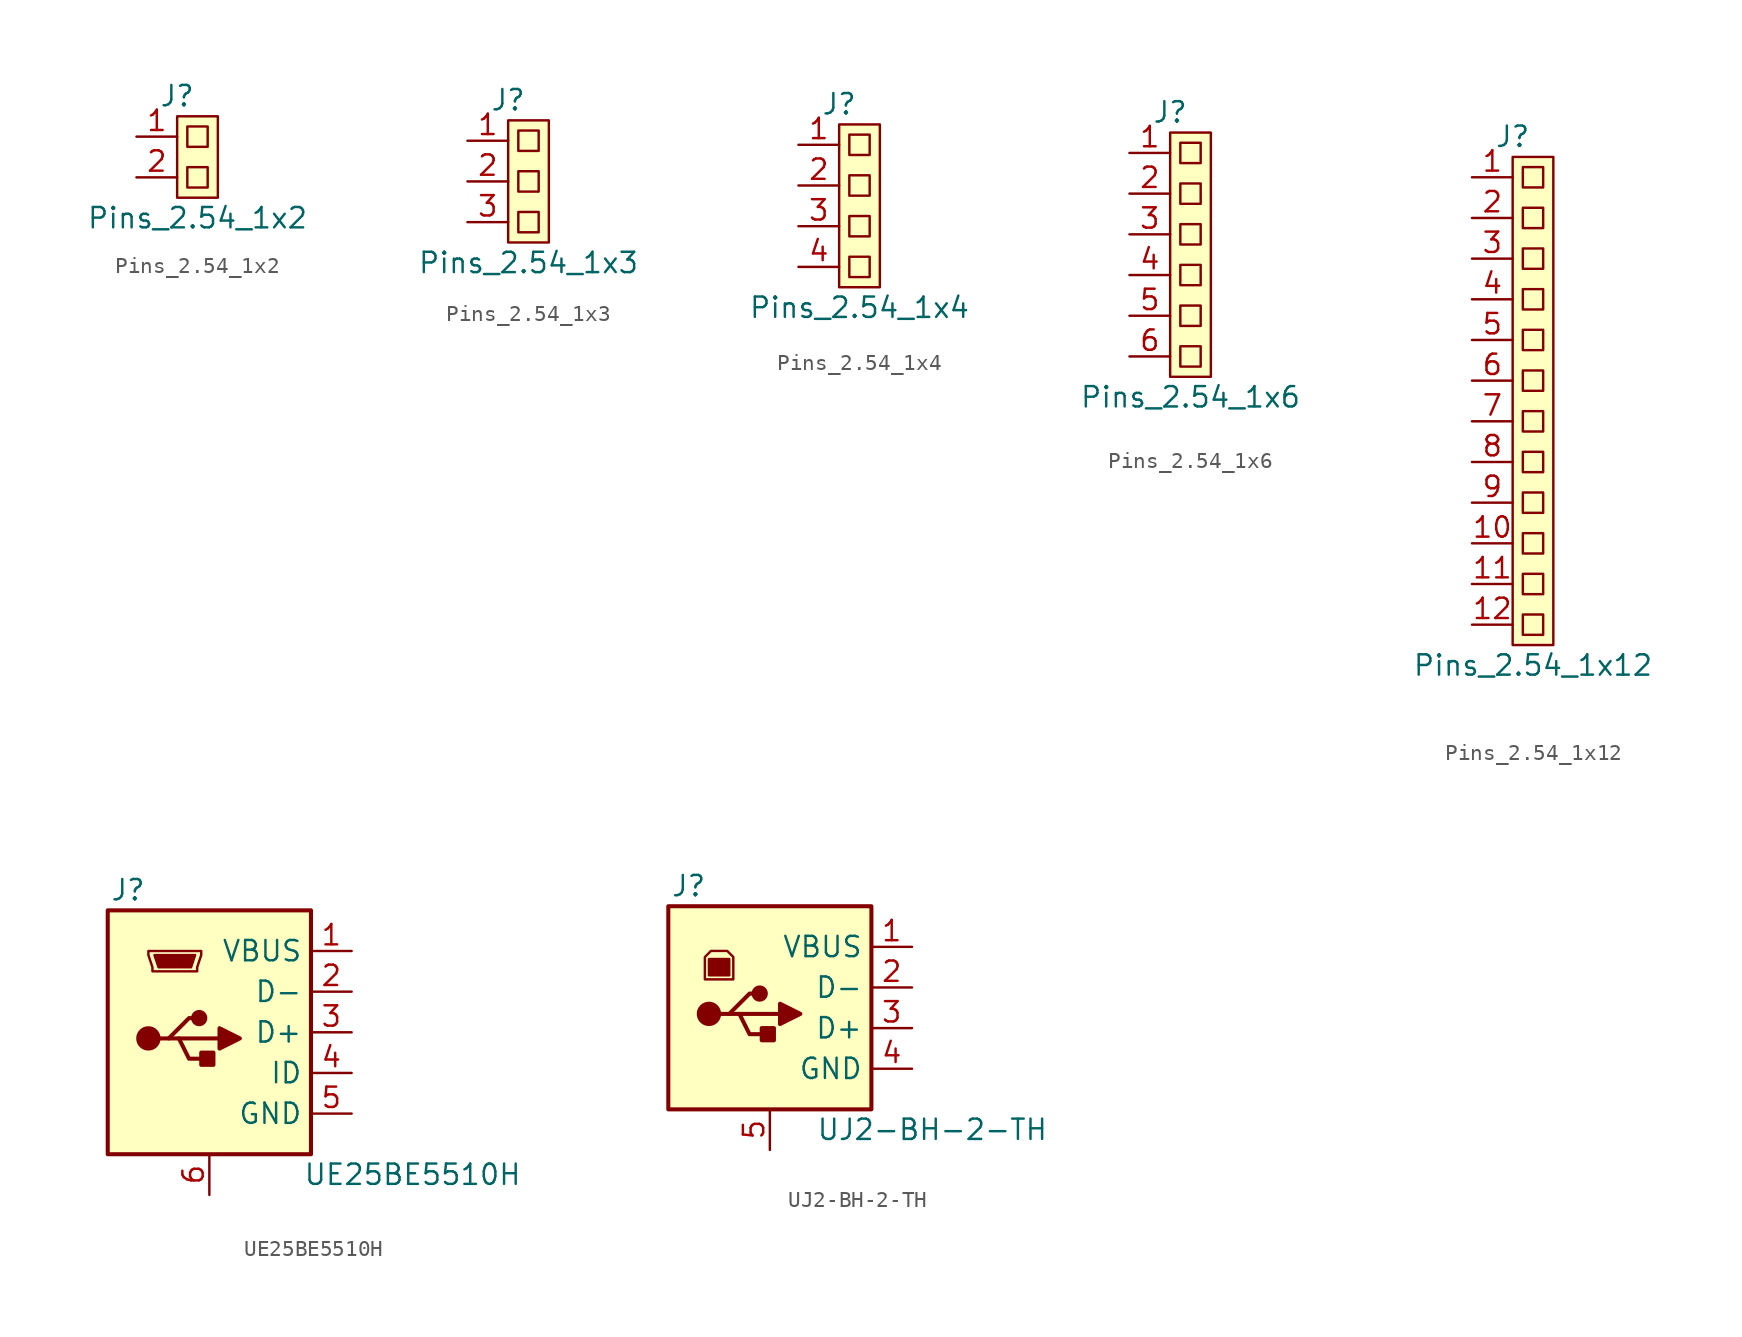
<source format=kicad_sym>
(kicad_symbol_lib
  (version 20211014)
  (generator kicad_symbol_editor)
  (symbol "Pins_2.54_1x2"
    (pin_names hide)
    (property "Reference" "J"
      (at -1.27 6.35 0)
      (effects (font (size 1.27 1.27))))
    (property "Value" "Pins_2.54_1x2"
      (at 0 -1.27 0)
      (effects (font (size 1.27 1.27))))
    (symbol "Pins_2.54_1x2_0_1"
      (rectangle (start -1.27 5.08) (end 1.27 0) (stroke (width 0.152) (type default) (color 0 0 0 0)) (fill (type background)))
      (rectangle (start -0.635 1.905) (end 0.635 0.635) (stroke (width 0.152) (type default) (color 0 0 0 0)) (fill (type none)))
      (rectangle (start -0.635 4.445) (end 0.635 3.175) (stroke (width 0.152) (type default) (color 0 0 0 0)) (fill (type none))))
    (symbol "Pins_2.54_1x2_1_1"
      (pin passive line (at -3.81 3.81 0) (length 2.54) (name "1" (effects (font (size 1.27 1.27)))) (number "1" (effects (font (size 1.27 1.27)))))
      (pin passive line (at -3.81 1.27 0) (length 2.54) (name "2" (effects (font (size 1.27 1.27)))) (number "2" (effects (font (size 1.27 1.27)))))))
  (symbol "Pins_2.54_1x3"
    (pin_names hide)
    (property "Reference" "J"
      (at -1.27 8.89 0)
      (effects (font (size 1.27 1.27))))
    (property "Value" "Pins_2.54_1x3"
      (at 0 -1.27 0)
      (effects (font (size 1.27 1.27))))
    (symbol "Pins_2.54_1x3_0_1"
      (rectangle (start -1.27 7.62) (end 1.27 0) (stroke (width 0.152) (type default) (color 0 0 0 0)) (fill (type background)))
      (rectangle (start -0.635 1.905) (end 0.635 0.635) (stroke (width 0.152) (type default) (color 0 0 0 0)) (fill (type none)))
      (rectangle (start -0.635 4.445) (end 0.635 3.175) (stroke (width 0.152) (type default) (color 0 0 0 0)) (fill (type none)))
      (rectangle (start -0.635 6.985) (end 0.635 5.715) (stroke (width 0.152) (type default) (color 0 0 0 0)) (fill (type none))))
    (symbol "Pins_2.54_1x3_1_1"
      (pin passive line (at -3.81 6.35 0) (length 2.54) (name "1" (effects (font (size 1.27 1.27)))) (number "1" (effects (font (size 1.27 1.27)))))
      (pin passive line (at -3.81 3.81 0) (length 2.54) (name "2" (effects (font (size 1.27 1.27)))) (number "2" (effects (font (size 1.27 1.27)))))
      (pin passive line (at -3.81 1.27 0) (length 2.54) (name "3" (effects (font (size 1.27 1.27)))) (number "3" (effects (font (size 1.27 1.27)))))))
  (symbol "Pins_2.54_1x4"
    (pin_names hide)
    (property "Reference" "J"
      (at -1.27 11.43 0)
      (effects (font (size 1.27 1.27))))
    (property "Value" "Pins_2.54_1x4"
      (at 0 -1.27 0)
      (effects (font (size 1.27 1.27))))
    (symbol "Pins_2.54_1x4_0_1"
      (rectangle (start -1.27 10.16) (end 1.27 0) (stroke (width 0.152) (type default) (color 0 0 0 0)) (fill (type background)))
      (rectangle (start -0.635 1.905) (end 0.635 0.635) (stroke (width 0.152) (type default) (color 0 0 0 0)) (fill (type none)))
      (rectangle (start -0.635 4.445) (end 0.635 3.175) (stroke (width 0.152) (type default) (color 0 0 0 0)) (fill (type none)))
      (rectangle (start -0.635 6.985) (end 0.635 5.715) (stroke (width 0.152) (type default) (color 0 0 0 0)) (fill (type none)))
      (rectangle (start -0.635 9.525) (end 0.635 8.255) (stroke (width 0.152) (type default) (color 0 0 0 0)) (fill (type none))))
    (symbol "Pins_2.54_1x4_1_1"
      (pin passive line (at -3.81 8.89 0) (length 2.54) (name "1" (effects (font (size 1.27 1.27)))) (number "1" (effects (font (size 1.27 1.27)))))
      (pin passive line (at -3.81 6.35 0) (length 2.54) (name "2" (effects (font (size 1.27 1.27)))) (number "2" (effects (font (size 1.27 1.27)))))
      (pin passive line (at -3.81 3.81 0) (length 2.54) (name "3" (effects (font (size 1.27 1.27)))) (number "3" (effects (font (size 1.27 1.27)))))
      (pin passive line (at -3.81 1.27 0) (length 2.54) (name "4" (effects (font (size 1.27 1.27)))) (number "4" (effects (font (size 1.27 1.27)))))))
  (symbol "Pins_2.54_1x6"
    (pin_names hide)
    (property "Reference" "J"
      (at -1.27 16.51 0)
      (effects (font (size 1.27 1.27))))
    (property "Value" "Pins_2.54_1x6"
      (at 0 -1.27 0)
      (effects (font (size 1.27 1.27))))
    (symbol "Pins_2.54_1x6_0_1"
      (rectangle (start -1.27 15.24) (end 1.27 0) (stroke (width 0.152) (type default) (color 0 0 0 0)) (fill (type background)))
      (rectangle (start -0.635 1.905) (end 0.635 0.635) (stroke (width 0.152) (type default) (color 0 0 0 0)) (fill (type none)))
      (rectangle (start -0.635 4.445) (end 0.635 3.175) (stroke (width 0.152) (type default) (color 0 0 0 0)) (fill (type none)))
      (rectangle (start -0.635 6.985) (end 0.635 5.715) (stroke (width 0.152) (type default) (color 0 0 0 0)) (fill (type none)))
      (rectangle (start -0.635 9.525) (end 0.635 8.255) (stroke (width 0.152) (type default) (color 0 0 0 0)) (fill (type none)))
      (rectangle (start -0.635 12.065) (end 0.635 10.795) (stroke (width 0.152) (type default) (color 0 0 0 0)) (fill (type none)))
      (rectangle (start -0.635 14.605) (end 0.635 13.335) (stroke (width 0.152) (type default) (color 0 0 0 0)) (fill (type none))))
    (symbol "Pins_2.54_1x6_1_1"
      (pin passive line (at -3.81 13.97 0) (length 2.54) (name "1" (effects (font (size 1.27 1.27)))) (number "1" (effects (font (size 1.27 1.27)))))
      (pin passive line (at -3.81 11.43 0) (length 2.54) (name "2" (effects (font (size 1.27 1.27)))) (number "2" (effects (font (size 1.27 1.27)))))
      (pin passive line (at -3.81 8.89 0) (length 2.54) (name "3" (effects (font (size 1.27 1.27)))) (number "3" (effects (font (size 1.27 1.27)))))
      (pin passive line (at -3.81 6.35 0) (length 2.54) (name "4" (effects (font (size 1.27 1.27)))) (number "4" (effects (font (size 1.27 1.27)))))
      (pin passive line (at -3.81 3.81 0) (length 2.54) (name "5" (effects (font (size 1.27 1.27)))) (number "5" (effects (font (size 1.27 1.27)))))
      (pin passive line (at -3.81 1.27 0) (length 2.54) (name "6" (effects (font (size 1.27 1.27)))) (number "6" (effects (font (size 1.27 1.27)))))))
  (symbol "Pins_2.54_1x12"
    (pin_names hide)
    (property "Reference" "J"
      (at -1.27 31.75 0)
      (effects (font (size 1.27 1.27))))
    (property "Value" "Pins_2.54_1x12"
      (at 0 -1.27 0)
      (effects (font (size 1.27 1.27))))
    (symbol "Pins_2.54_1x12_0_1"
      (rectangle (start -1.27 30.48) (end 1.27 0) (stroke (width 0.152) (type default) (color 0 0 0 0)) (fill (type background)))
      (rectangle (start -0.635 1.905) (end 0.635 0.635) (stroke (width 0.152) (type default) (color 0 0 0 0)) (fill (type none)))
      (rectangle (start -0.635 4.445) (end 0.635 3.175) (stroke (width 0.152) (type default) (color 0 0 0 0)) (fill (type none)))
      (rectangle (start -0.635 6.985) (end 0.635 5.715) (stroke (width 0.152) (type default) (color 0 0 0 0)) (fill (type none)))
      (rectangle (start -0.635 9.525) (end 0.635 8.255) (stroke (width 0.152) (type default) (color 0 0 0 0)) (fill (type none)))
      (rectangle (start -0.635 12.065) (end 0.635 10.795) (stroke (width 0.152) (type default) (color 0 0 0 0)) (fill (type none)))
      (rectangle (start -0.635 14.605) (end 0.635 13.335) (stroke (width 0.152) (type default) (color 0 0 0 0)) (fill (type none)))
      (rectangle (start -0.635 17.145) (end 0.635 15.875) (stroke (width 0.152) (type default) (color 0 0 0 0)) (fill (type none)))
      (rectangle (start -0.635 19.685) (end 0.635 18.415) (stroke (width 0.152) (type default) (color 0 0 0 0)) (fill (type none)))
      (rectangle (start -0.635 22.225) (end 0.635 20.955) (stroke (width 0.152) (type default) (color 0 0 0 0)) (fill (type none)))
      (rectangle (start -0.635 24.765) (end 0.635 23.495) (stroke (width 0.152) (type default) (color 0 0 0 0)) (fill (type none)))
      (rectangle (start -0.635 27.305) (end 0.635 26.035) (stroke (width 0.152) (type default) (color 0 0 0 0)) (fill (type none)))
      (rectangle (start -0.635 29.845) (end 0.635 28.575) (stroke (width 0.152) (type default) (color 0 0 0 0)) (fill (type none))))
    (symbol "Pins_2.54_1x12_1_1"
      (pin passive line (at -3.81 29.21 0) (length 2.54) (name "1" (effects (font (size 1.27 1.27)))) (number "1" (effects (font (size 1.27 1.27)))))
      (pin passive line (at -3.81 6.35 0) (length 2.54) (name "10" (effects (font (size 1.27 1.27)))) (number "10" (effects (font (size 1.27 1.27)))))
      (pin passive line (at -3.81 3.81 0) (length 2.54) (name "11" (effects (font (size 1.27 1.27)))) (number "11" (effects (font (size 1.27 1.27)))))
      (pin passive line (at -3.81 1.27 0) (length 2.54) (name "12" (effects (font (size 1.27 1.27)))) (number "12" (effects (font (size 1.27 1.27)))))
      (pin passive line (at -3.81 26.67 0) (length 2.54) (name "2" (effects (font (size 1.27 1.27)))) (number "2" (effects (font (size 1.27 1.27)))))
      (pin passive line (at -3.81 24.13 0) (length 2.54) (name "3" (effects (font (size 1.27 1.27)))) (number "3" (effects (font (size 1.27 1.27)))))
      (pin passive line (at -3.81 21.59 0) (length 2.54) (name "4" (effects (font (size 1.27 1.27)))) (number "4" (effects (font (size 1.27 1.27)))))
      (pin passive line (at -3.81 19.05 0) (length 2.54) (name "5" (effects (font (size 1.27 1.27)))) (number "5" (effects (font (size 1.27 1.27)))))
      (pin passive line (at -3.81 16.51 0) (length 2.54) (name "6" (effects (font (size 1.27 1.27)))) (number "6" (effects (font (size 1.27 1.27)))))
      (pin passive line (at -3.81 13.97 0) (length 2.54) (name "7" (effects (font (size 1.27 1.27)))) (number "7" (effects (font (size 1.27 1.27)))))
      (pin passive line (at -3.81 11.43 0) (length 2.54) (name "8" (effects (font (size 1.27 1.27)))) (number "8" (effects (font (size 1.27 1.27)))))
      (pin passive line (at -3.81 8.89 0) (length 2.54) (name "9" (effects (font (size 1.27 1.27)))) (number "9" (effects (font (size 1.27 1.27)))))))
  (symbol "UE25BE5510H"
    (property "Reference" "J"
      (at -5.08 8.89 0)
      (effects (font (size 1.27 1.27))))
    (property "Value" "UE25BE5510H"
      (at 12.7 -8.89 0)
      (effects (font (size 1.27 1.27))))
    (symbol "UE25BE5510H_0_1"
      (rectangle (start -6.35 7.62) (end 6.35 -7.62) (stroke (width 0.254) (type default) (color 0 0 0 0)) (fill (type background)))
      (circle (center -3.81 -0.381) (radius 0.635) (stroke (width 0.254) (type default) (color 0 0 0 0)) (fill (type outline)))
      (circle (center -0.635 0.889) (radius 0.381) (stroke (width 0.254) (type default) (color 0 0 0 0)) (fill (type outline)))
      (polyline (pts (xy -1.905 -0.381) (xy 0.635 -0.381)) (stroke (width 0.254) (type default) (color 0 0 0 0)) (fill (type none)))
      (polyline (pts (xy -3.175 -0.381) (xy -2.54 -0.381) (xy -1.27 0.889) (xy -0.635 0.889)) (stroke (width 0.254) (type default) (color 0 0 0 0)) (fill (type none)))
      (polyline (pts (xy -2.54 -0.381) (xy -1.905 -0.381) (xy -1.27 -1.651) (xy 0 -1.651)) (stroke (width 0.254) (type default) (color 0 0 0 0)) (fill (type none)))
      (polyline (pts (xy 0.635 0.254) (xy 0.635 -1.016) (xy 1.905 -0.381) (xy 0.635 0.254)) (stroke (width 0.254) (type default) (color 0 0 0 0)) (fill (type outline)))
      (polyline (pts (xy -3.429 4.826) (xy -0.889 4.826) (xy -1.143 4.064) (xy -3.175 4.064) (xy -3.429 4.826)) (stroke (width 0) (type default) (color 0 0 0 0)) (fill (type outline)))
      (polyline (pts (xy -3.81 5.08) (xy -3.81 4.826) (xy -3.556 4.064) (xy -3.556 3.81) (xy -0.762 3.81) (xy -0.762 4.064) (xy -0.508 4.826) (xy -0.508 5.08) (xy -3.81 5.08)) (stroke (width 0) (type default) (color 0 0 0 0)) (fill (type none)))
      (rectangle (start 0.254 -1.27) (end -0.508 -2.032) (stroke (width 0.254) (type default) (color 0 0 0 0)) (fill (type outline))))
    (symbol "UE25BE5510H_1_1"
      (pin power_out line (at 8.89 5.08 180) (length 2.54) (name "VBUS" (effects (font (size 1.27 1.27)))) (number "1" (effects (font (size 1.27 1.27)))))
      (pin bidirectional line (at 8.89 2.54 180) (length 2.54) (name "D-" (effects (font (size 1.27 1.27)))) (number "2" (effects (font (size 1.27 1.27)))))
      (pin bidirectional line (at 8.89 0 180) (length 2.54) (name "D+" (effects (font (size 1.27 1.27)))) (number "3" (effects (font (size 1.27 1.27)))))
      (pin passive line (at 8.89 -2.54 180) (length 2.54) (name "ID" (effects (font (size 1.27 1.27)))) (number "4" (effects (font (size 1.27 1.27)))))
      (pin power_out line (at 8.89 -5.08 180) (length 2.54) (name "GND" (effects (font (size 1.27 1.27)))) (number "5" (effects (font (size 1.27 1.27)))))
      (pin passive line (at 0 -10.16 90) (length 2.54) (name "" (effects (font (size 1.27 1.27)))) (number "6" (effects (font (size 1.27 1.27)))))))
  (symbol "UJ2-BH-2-TH"
    (property "Reference" "J"
      (at -5.08 7.62 0)
      (effects (font (size 1.27 1.27))))
    (property "Value" "UJ2-BH-2-TH"
      (at 10.16 -7.62 0)
      (effects (font (size 1.27 1.27))))
    (symbol "UJ2-BH-2-TH_0_1"
      (rectangle (start -6.35 6.35) (end 6.35 -6.35) (stroke (width 0.254) (type default) (color 0 0 0 0)) (fill (type background)))
      (circle (center -3.81 -0.381) (radius 0.635) (stroke (width 0.254) (type default) (color 0 0 0 0)) (fill (type outline)))
      (rectangle (start -3.81 3.048) (end -2.54 2.032) (stroke (width 0) (type default) (color 0 0 0 0)) (fill (type outline)))
      (circle (center -0.635 0.889) (radius 0.381) (stroke (width 0.254) (type default) (color 0 0 0 0)) (fill (type outline)))
      (polyline (pts (xy -1.905 -0.381) (xy 0.635 -0.381)) (stroke (width 0.254) (type default) (color 0 0 0 0)) (fill (type none)))
      (polyline (pts (xy -3.175 -0.381) (xy -2.54 -0.381) (xy -1.27 0.889) (xy -0.635 0.889)) (stroke (width 0.254) (type default) (color 0 0 0 0)) (fill (type none)))
      (polyline (pts (xy -2.54 -0.381) (xy -1.905 -0.381) (xy -1.27 -1.651) (xy 0 -1.651)) (stroke (width 0.254) (type default) (color 0 0 0 0)) (fill (type none)))
      (polyline (pts (xy 0.635 0.254) (xy 0.635 -1.016) (xy 1.905 -0.381) (xy 0.635 0.254)) (stroke (width 0.254) (type default) (color 0 0 0 0)) (fill (type outline)))
      (polyline (pts (xy -4.064 1.778) (xy -2.286 1.778) (xy -2.286 3.175) (xy -2.667 3.556) (xy -3.683 3.556) (xy -4.064 3.175) (xy -4.064 1.778)) (stroke (width 0) (type default) (color 0 0 0 0)) (fill (type none)))
      (rectangle (start 0.254 -1.27) (end -0.508 -2.032) (stroke (width 0.254) (type default) (color 0 0 0 0)) (fill (type outline))))
    (symbol "UJ2-BH-2-TH_1_1"
      (pin power_out line (at 8.89 3.81 180) (length 2.54) (name "VBUS" (effects (font (size 1.27 1.27)))) (number "1" (effects (font (size 1.27 1.27)))))
      (pin bidirectional line (at 8.89 1.27 180) (length 2.54) (name "D-" (effects (font (size 1.27 1.27)))) (number "2" (effects (font (size 1.27 1.27)))))
      (pin bidirectional line (at 8.89 -1.27 180) (length 2.54) (name "D+" (effects (font (size 1.27 1.27)))) (number "3" (effects (font (size 1.27 1.27)))))
      (pin power_out line (at 8.89 -3.81 180) (length 2.54) (name "GND" (effects (font (size 1.27 1.27)))) (number "4" (effects (font (size 1.27 1.27)))))
      (pin passive line (at 0 -8.89 90) (length 2.54) (name "" (effects (font (size 1.27 1.27)))) (number "5" (effects (font (size 1.27 1.27))))))))
</source>
